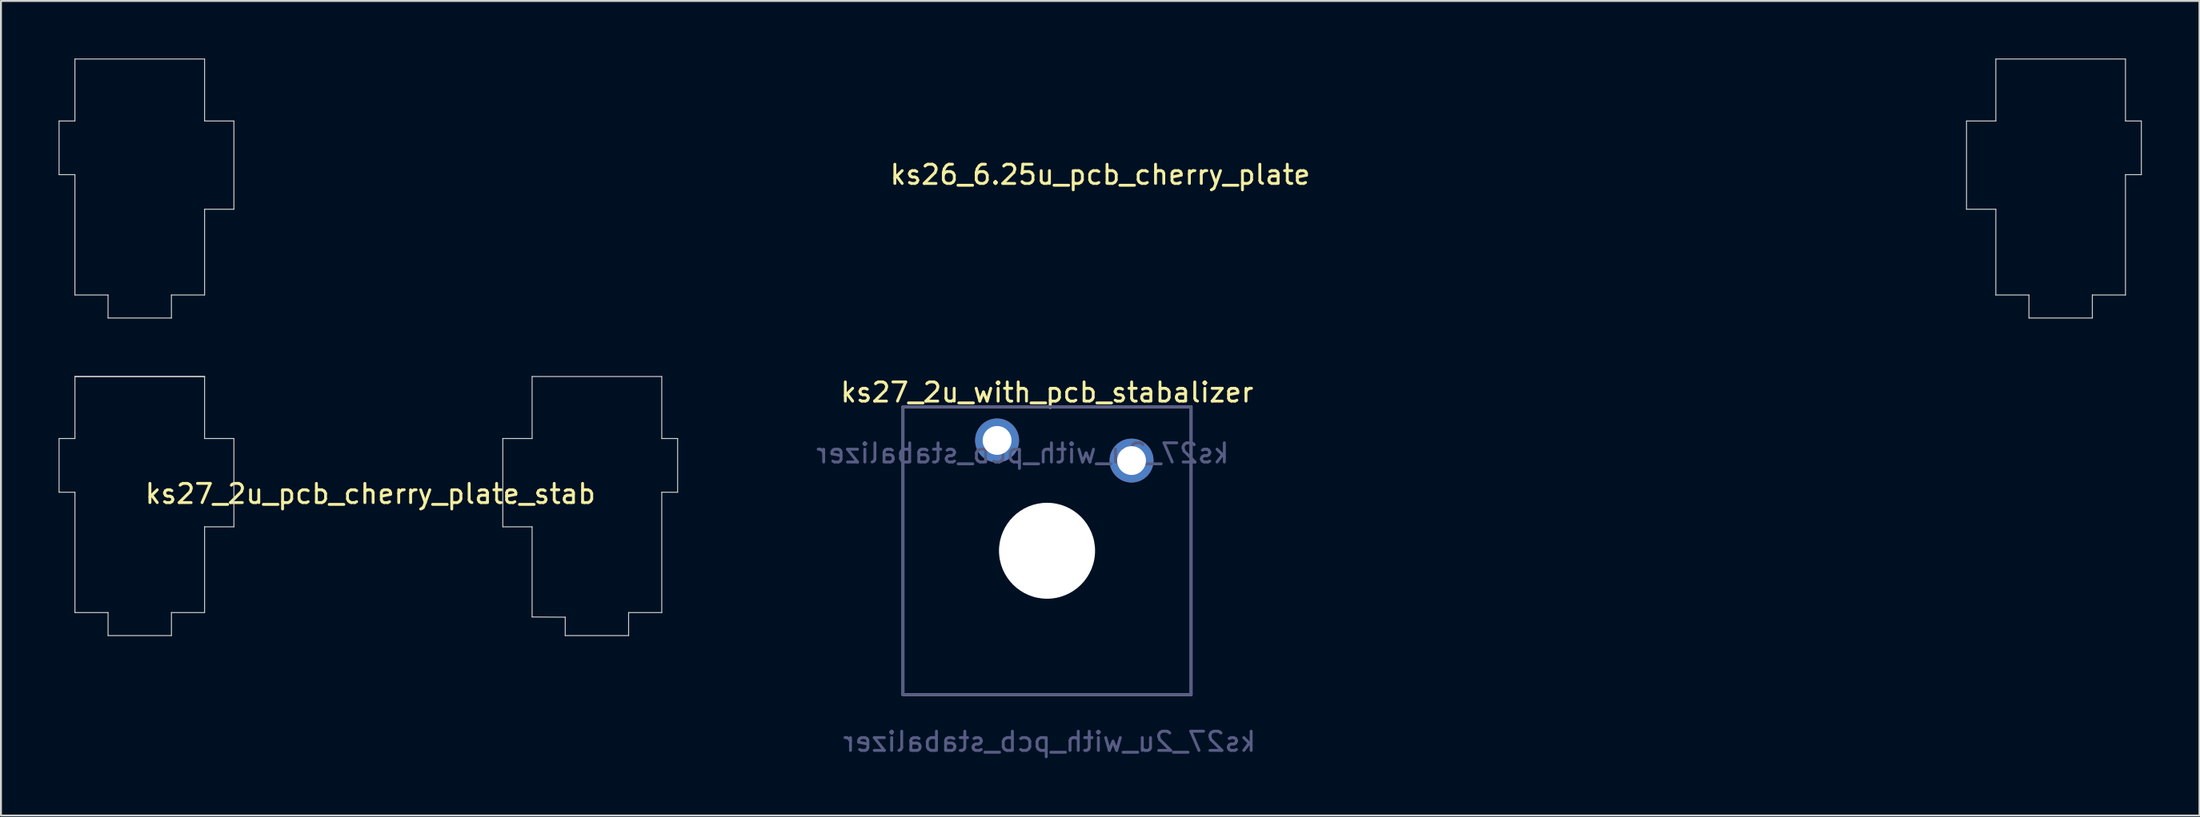
<source format=kicad_pcb>
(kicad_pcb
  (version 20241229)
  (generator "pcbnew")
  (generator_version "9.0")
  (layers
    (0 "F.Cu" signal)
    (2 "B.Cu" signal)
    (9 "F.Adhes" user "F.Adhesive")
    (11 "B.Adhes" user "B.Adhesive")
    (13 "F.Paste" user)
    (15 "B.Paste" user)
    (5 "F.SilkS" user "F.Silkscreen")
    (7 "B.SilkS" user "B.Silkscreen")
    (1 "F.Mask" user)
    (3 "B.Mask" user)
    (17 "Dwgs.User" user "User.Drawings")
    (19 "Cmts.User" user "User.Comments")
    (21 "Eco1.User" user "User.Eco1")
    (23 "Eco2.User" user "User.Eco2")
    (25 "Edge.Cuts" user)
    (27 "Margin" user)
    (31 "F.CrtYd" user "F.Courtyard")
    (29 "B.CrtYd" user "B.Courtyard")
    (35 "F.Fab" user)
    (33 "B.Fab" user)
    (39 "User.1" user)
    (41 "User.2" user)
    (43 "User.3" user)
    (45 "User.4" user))
  (footprint "ks27_2u_with_pcb_stabalizer"
    (layer "F.Cu")
    (at 51.457 25.653)
    (property "Reference" "ks27_2u_with_pcb_stabalizer" (at 0 -8.255 0) (layer "F.SilkS") (effects (font (size 1 1) (thickness 0.15))))
    (property "Value" "ks27_2u_with_pcb_stabalizer" (at 0.175 11.475 0) (layer "F.Fab") (hide yes) (effects (font (size 1 1) (thickness 0.15))))
    (attr smd)
    (fp_line (start -16.206 -2.383) (end -15.38 -2.383) (stroke (width 0.001) (type solid)) (layer "Edge.Cuts"))
    (fp_line (start -16.206 0.416) (end -16.206 -2.383) (stroke (width 0.001) (type solid)) (layer "Edge.Cuts"))
    (fp_line (start -15.38 -5.613) (end -8.631 -5.613) (stroke (width 0.001) (type solid)) (layer "Edge.Cuts"))
    (fp_line (start -15.38 -2.383) (end -15.38 -5.613) (stroke (width 0.001) (type solid)) (layer "Edge.Cuts"))
    (fp_line (start -15.38 0.416) (end -16.206 0.416) (stroke (width 0.001) (type solid)) (layer "Edge.Cuts"))
    (fp_line (start -15.38 0.416) (end -15.38 6.686) (stroke (width 0.001) (type solid)) (layer "Edge.Cuts"))
    (fp_line (start -13.655 6.686) (end -15.38 6.686) (stroke (width 0.001) (type solid)) (layer "Edge.Cuts"))
    (fp_line (start -13.655 7.886) (end -13.655 6.686) (stroke (width 0.001) (type solid)) (layer "Edge.Cuts"))
    (fp_line (start -10.356 6.686) (end -10.356 7.886) (stroke (width 0.001) (type solid)) (layer "Edge.Cuts"))
    (fp_line (start -10.356 7.886) (end -13.655 7.886) (stroke (width 0.001) (type solid)) (layer "Edge.Cuts"))
    (fp_line (start -8.631 -5.613) (end -8.631 -2.383) (stroke (width 0.001) (type solid)) (layer "Edge.Cuts"))
    (fp_line (start -8.631 -2.383) (end -7.105 -2.383) (stroke (width 0.001) (type solid)) (layer "Edge.Cuts"))
    (fp_line (start -8.631 2.217) (end -8.631 6.686) (stroke (width 0.001) (type solid)) (layer "Edge.Cuts"))
    (fp_line (start -8.631 6.686) (end -10.356 6.686) (stroke (width 0.001) (type solid)) (layer "Edge.Cuts"))
    (fp_line (start -7.105 -2.383) (end -7.105 2.217) (stroke (width 0.001) (type solid)) (layer "Edge.Cuts"))
    (fp_line (start -7.105 2.217) (end -8.631 2.217) (stroke (width 0.001) (type solid)) (layer "Edge.Cuts"))
    (fp_line (start 6.894 -2.383) (end 8.42 -2.383) (stroke (width 0.001) (type solid)) (layer "Edge.Cuts"))
    (fp_line (start 6.894 2.217) (end 6.894 -2.383) (stroke (width 0.001) (type solid)) (layer "Edge.Cuts"))
    (fp_line (start 8.42 -5.613) (end 15.169 -5.613) (stroke (width 0.001) (type solid)) (layer "Edge.Cuts"))
    (fp_line (start 8.42 -2.383) (end 8.42 -5.613) (stroke (width 0.001) (type solid)) (layer "Edge.Cuts"))
    (fp_line (start 8.42 2.217) (end 6.894 2.217) (stroke (width 0.001) (type solid)) (layer "Edge.Cuts"))
    (fp_line (start 8.42 6.916) (end 8.42 2.217) (stroke (width 0.001) (type solid)) (layer "Edge.Cuts"))
    (fp_line (start 10.145 6.928) (end 8.42 6.916) (stroke (width 0.001) (type solid)) (layer "Edge.Cuts"))
    (fp_line (start 10.145 7.886) (end 10.145 6.928) (stroke (width 0.001) (type solid)) (layer "Edge.Cuts"))
    (fp_line (start 13.444 6.686) (end 13.444 7.886) (stroke (width 0.001) (type solid)) (layer "Edge.Cuts"))
    (fp_line (start 13.444 7.886) (end 10.145 7.886) (stroke (width 0.001) (type solid)) (layer "Edge.Cuts"))
    (fp_line (start 15.169 -5.613) (end 15.169 -2.383) (stroke (width 0.001) (type solid)) (layer "Edge.Cuts"))
    (fp_line (start 15.169 -2.383) (end 15.995 -2.383) (stroke (width 0.001) (type solid)) (layer "Edge.Cuts"))
    (fp_line (start 15.169 0.416) (end 15.169 6.686) (stroke (width 0.001) (type solid)) (layer "Edge.Cuts"))
    (fp_line (start 15.169 6.686) (end 13.444 6.686) (stroke (width 0.001) (type solid)) (layer "Edge.Cuts"))
    (fp_line (start 15.995 -2.383) (end 15.995 0.416) (stroke (width 0.001) (type solid)) (layer "Edge.Cuts"))
    (fp_line (start 15.995 0.416) (end 15.169 0.416) (stroke (width 0.001) (type solid)) (layer "Edge.Cuts"))
    (fp_circle (center -0.000049 0) (end 2.291 0) (stroke (width 0.05) (type solid)) (fill no) (layer "Edge.Cuts"))
    (fp_line (start -7.5 -7.5) (end 7.5 -7.5) (stroke (width 0.15) (type solid)) (layer "B.Fab"))
    (fp_line (start -7.5 7.5) (end -7.5 -7.5) (stroke (width 0.15) (type solid)) (layer "B.Fab"))
    (fp_line (start 7.5 -7.5) (end 7.5 7.5) (stroke (width 0.15) (type solid)) (layer "B.Fab"))
    (fp_line (start 7.5 7.5) (end -7.5 7.5) (stroke (width 0.15) (type solid)) (layer "B.Fab"))
    (fp_line (start -7.5 -7.5) (end 7.5 -7.5) (stroke (width 0.15) (type solid)) (layer "F.Fab"))
    (fp_line (start -7.5 7.5) (end -7.5 -7.5) (stroke (width 0.15) (type solid)) (layer "F.Fab"))
    (fp_line (start 7.5 -7.5) (end 7.5 7.5) (stroke (width 0.15) (type solid)) (layer "F.Fab"))
    (fp_line (start 7.5 7.5) (end -7.5 7.5) (stroke (width 0.15) (type solid)) (layer "F.Fab"))
    (fp_text user "${VALUE}" (at 0.125 9.95 0) (layer "B.Fab") (effects (font (size 1 1) (thickness 0.15)) (justify mirror)))
    (fp_text user "${REFERENCE}" (at -1.27 -5.08 0) (layer "B.Fab") (effects (font (size 1 1) (thickness 0.15)) (justify mirror)))
    (pad "" np_thru_hole circle (at 0 0) (size 5 5) (drill 5) (layers "*.Cu" "*.Mask"))
    (pad "1" thru_hole circle (at -2.6 -5.75) (size 2.286 2.286) (drill 1.5) (layers "*.Cu" "*.Mask"))
    (pad "2" thru_hole circle (at 4.4 -4.7) (size 2.286 2.286) (drill 1.5) (layers "*.Cu" "*.Mask")))
  (footprint "ks27_2u_pcb_cherry_plate_stab"
    (layer "F.Cu")
    (at 16.231 22.187)
    (property "Reference" "ks27_2u_pcb_cherry_plate_stab" (at 0 0.5 0) (layer "F.SilkS") (effects (font (size 1 1) (thickness 0.15))))
    (attr through_hole)
    (fp_line (start -16.206 -2.383) (end -15.38 -2.383) (stroke (width 0.05) (type solid)) (layer "Edge.Cuts"))
    (fp_line (start -16.206 0.416) (end -16.206 -2.383) (stroke (width 0.05) (type solid)) (layer "Edge.Cuts"))
    (fp_line (start -15.38 -5.613) (end -8.631 -5.613) (stroke (width 0.05) (type solid)) (layer "Edge.Cuts"))
    (fp_line (start -15.38 -5.613) (end -8.631 -5.613) (stroke (width 0.05) (type solid)) (layer "Edge.Cuts"))
    (fp_line (start -15.38 -2.383) (end -15.38 -5.613) (stroke (width 0.05) (type solid)) (layer "Edge.Cuts"))
    (fp_line (start -15.38 0.416) (end -16.206 0.416) (stroke (width 0.05) (type solid)) (layer "Edge.Cuts"))
    (fp_line (start -15.38 6.686) (end -15.38 0.416) (stroke (width 0.05) (type solid)) (layer "Edge.Cuts"))
    (fp_line (start -13.655 6.686) (end -15.38 6.686) (stroke (width 0.05) (type solid)) (layer "Edge.Cuts"))
    (fp_line (start -13.655 7.886) (end -13.655 6.686) (stroke (width 0.05) (type solid)) (layer "Edge.Cuts"))
    (fp_line (start -10.356 6.686) (end -10.356 7.886) (stroke (width 0.05) (type solid)) (layer "Edge.Cuts"))
    (fp_line (start -10.356 7.886) (end -13.655 7.886) (stroke (width 0.05) (type solid)) (layer "Edge.Cuts"))
    (fp_line (start -8.631 -5.613) (end -8.631 -2.383) (stroke (width 0.05) (type solid)) (layer "Edge.Cuts"))
    (fp_line (start -8.631 -2.383) (end -7.105 -2.383) (stroke (width 0.05) (type solid)) (layer "Edge.Cuts"))
    (fp_line (start -8.631 2.217) (end -8.631 6.686) (stroke (width 0.05) (type solid)) (layer "Edge.Cuts"))
    (fp_line (start -8.631 6.686) (end -10.356 6.686) (stroke (width 0.05) (type solid)) (layer "Edge.Cuts"))
    (fp_line (start -7.105 -2.383) (end -7.105 2.217) (stroke (width 0.05) (type solid)) (layer "Edge.Cuts"))
    (fp_line (start -7.105 2.217) (end -8.631 2.217) (stroke (width 0.05) (type solid)) (layer "Edge.Cuts"))
    (fp_line (start 6.894 -2.383) (end 8.42 -2.383) (stroke (width 0.05) (type solid)) (layer "Edge.Cuts"))
    (fp_line (start 6.894 2.217) (end 6.894 -2.383) (stroke (width 0.05) (type solid)) (layer "Edge.Cuts"))
    (fp_line (start 8.42 -5.613) (end 15.169 -5.613) (stroke (width 0.05) (type solid)) (layer "Edge.Cuts"))
    (fp_line (start 8.42 -2.383) (end 8.42 -5.613) (stroke (width 0.05) (type solid)) (layer "Edge.Cuts"))
    (fp_line (start 8.42 2.217) (end 6.894 2.217) (stroke (width 0.05) (type solid)) (layer "Edge.Cuts"))
    (fp_line (start 8.42 6.916) (end 8.42 2.217) (stroke (width 0.05) (type solid)) (layer "Edge.Cuts"))
    (fp_line (start 10.145 6.928) (end 8.42 6.916) (stroke (width 0.05) (type solid)) (layer "Edge.Cuts"))
    (fp_line (start 10.145 7.886) (end 10.145 6.928) (stroke (width 0.05) (type solid)) (layer "Edge.Cuts"))
    (fp_line (start 13.444 6.686) (end 13.444 7.886) (stroke (width 0.05) (type solid)) (layer "Edge.Cuts"))
    (fp_line (start 13.444 7.886) (end 10.145 7.886) (stroke (width 0.05) (type solid)) (layer "Edge.Cuts"))
    (fp_line (start 15.169 -5.613) (end 15.169 -2.383) (stroke (width 0.05) (type solid)) (layer "Edge.Cuts"))
    (fp_line (start 15.169 -2.383) (end 15.995 -2.383) (stroke (width 0.05) (type solid)) (layer "Edge.Cuts"))
    (fp_line (start 15.169 0.416) (end 15.169 6.686) (stroke (width 0.05) (type solid)) (layer "Edge.Cuts"))
    (fp_line (start 15.169 6.686) (end 13.444 6.686) (stroke (width 0.05) (type solid)) (layer "Edge.Cuts"))
    (fp_line (start 15.995 -2.383) (end 15.995 0.416) (stroke (width 0.05) (type solid)) (layer "Edge.Cuts"))
    (fp_line (start 15.995 0.416) (end 15.169 0.416) (stroke (width 0.05) (type solid)) (layer "Edge.Cuts")))
  (footprint "ks26_6.25u_pcb_cherry_plate"
    (layer "F.Cu")
    (at 54.225 5.554)
    (property "Reference" "ks26_6.25u_pcb_cherry_plate" (at 0 0.5 0) (layer "F.SilkS") (effects (font (size 1 1) (thickness 0.15))))
    (attr through_hole)
    (fp_line (start -54.2 -2.299) (end -53.375 -2.299) (stroke (width 0.05) (type solid)) (layer "Edge.Cuts"))
    (fp_line (start -54.2 0.499) (end -54.2 -2.299) (stroke (width 0.05) (type solid)) (layer "Edge.Cuts"))
    (fp_line (start -53.375 -5.529) (end -46.625 -5.529) (stroke (width 0.05) (type solid)) (layer "Edge.Cuts"))
    (fp_line (start -53.375 -2.299) (end -53.375 -5.529) (stroke (width 0.05) (type solid)) (layer "Edge.Cuts"))
    (fp_line (start -53.375 0.499) (end -54.2 0.499) (stroke (width 0.05) (type solid)) (layer "Edge.Cuts"))
    (fp_line (start -53.375 6.769) (end -53.375 0.499) (stroke (width 0.05) (type solid)) (layer "Edge.Cuts"))
    (fp_line (start -51.65 6.769) (end -53.375 6.769) (stroke (width 0.05) (type solid)) (layer "Edge.Cuts"))
    (fp_line (start -51.65 7.97) (end -51.65 6.769) (stroke (width 0.05) (type solid)) (layer "Edge.Cuts"))
    (fp_line (start -48.351 6.769) (end -48.351 7.97) (stroke (width 0.05) (type solid)) (layer "Edge.Cuts"))
    (fp_line (start -48.351 7.97) (end -51.65 7.97) (stroke (width 0.05) (type solid)) (layer "Edge.Cuts"))
    (fp_line (start -46.625 -5.529) (end -46.625 -2.299) (stroke (width 0.05) (type solid)) (layer "Edge.Cuts"))
    (fp_line (start -46.625 -2.299) (end -45.099 -2.299) (stroke (width 0.05) (type solid)) (layer "Edge.Cuts"))
    (fp_line (start -46.625 2.301) (end -46.625 6.769) (stroke (width 0.05) (type solid)) (layer "Edge.Cuts"))
    (fp_line (start -46.625 6.769) (end -48.351 6.769) (stroke (width 0.05) (type solid)) (layer "Edge.Cuts"))
    (fp_line (start -45.099 -2.299) (end -45.099 2.301) (stroke (width 0.05) (type solid)) (layer "Edge.Cuts"))
    (fp_line (start -45.099 2.301) (end -46.625 2.301) (stroke (width 0.05) (type solid)) (layer "Edge.Cuts"))
    (fp_line (start 45.099 -2.299) (end 46.625 -2.299) (stroke (width 0.05) (type solid)) (layer "Edge.Cuts"))
    (fp_line (start 45.099 2.301) (end 45.099 -2.299) (stroke (width 0.05) (type solid)) (layer "Edge.Cuts"))
    (fp_line (start 46.625 -5.529) (end 53.374 -5.529) (stroke (width 0.05) (type solid)) (layer "Edge.Cuts"))
    (fp_line (start 46.625 -2.299) (end 46.625 -5.529) (stroke (width 0.05) (type solid)) (layer "Edge.Cuts"))
    (fp_line (start 46.625 2.301) (end 45.099 2.301) (stroke (width 0.05) (type solid)) (layer "Edge.Cuts"))
    (fp_line (start 46.625 6.769) (end 46.625 2.301) (stroke (width 0.05) (type solid)) (layer "Edge.Cuts"))
    (fp_line (start 48.349 6.769) (end 46.625 6.769) (stroke (width 0.05) (type solid)) (layer "Edge.Cuts"))
    (fp_line (start 48.349 7.97) (end 48.349 6.769) (stroke (width 0.05) (type solid)) (layer "Edge.Cuts"))
    (fp_line (start 51.649 6.769) (end 51.649 7.97) (stroke (width 0.05) (type solid)) (layer "Edge.Cuts"))
    (fp_line (start 51.649 7.97) (end 48.349 7.97) (stroke (width 0.05) (type solid)) (layer "Edge.Cuts"))
    (fp_line (start 53.374 -5.529) (end 53.374 -2.299) (stroke (width 0.05) (type solid)) (layer "Edge.Cuts"))
    (fp_line (start 53.374 -2.299) (end 54.2 -2.299) (stroke (width 0.05) (type solid)) (layer "Edge.Cuts"))
    (fp_line (start 53.374 0.499) (end 53.374 6.769) (stroke (width 0.05) (type solid)) (layer "Edge.Cuts"))
    (fp_line (start 53.374 6.769) (end 51.649 6.769) (stroke (width 0.05) (type solid)) (layer "Edge.Cuts"))
    (fp_line (start 54.2 -2.299) (end 54.2 0.499) (stroke (width 0.05) (type solid)) (layer "Edge.Cuts"))
    (fp_line (start 54.2 0.499) (end 53.374 0.499) (stroke (width 0.05) (type solid)) (layer "Edge.Cuts")))
  (gr_rect
    (start -3 -3)
    (end 111.451 39.451)
    (stroke (width 0.1) (type default))
    (fill no)
    (layer "Edge.Cuts")))
</source>
